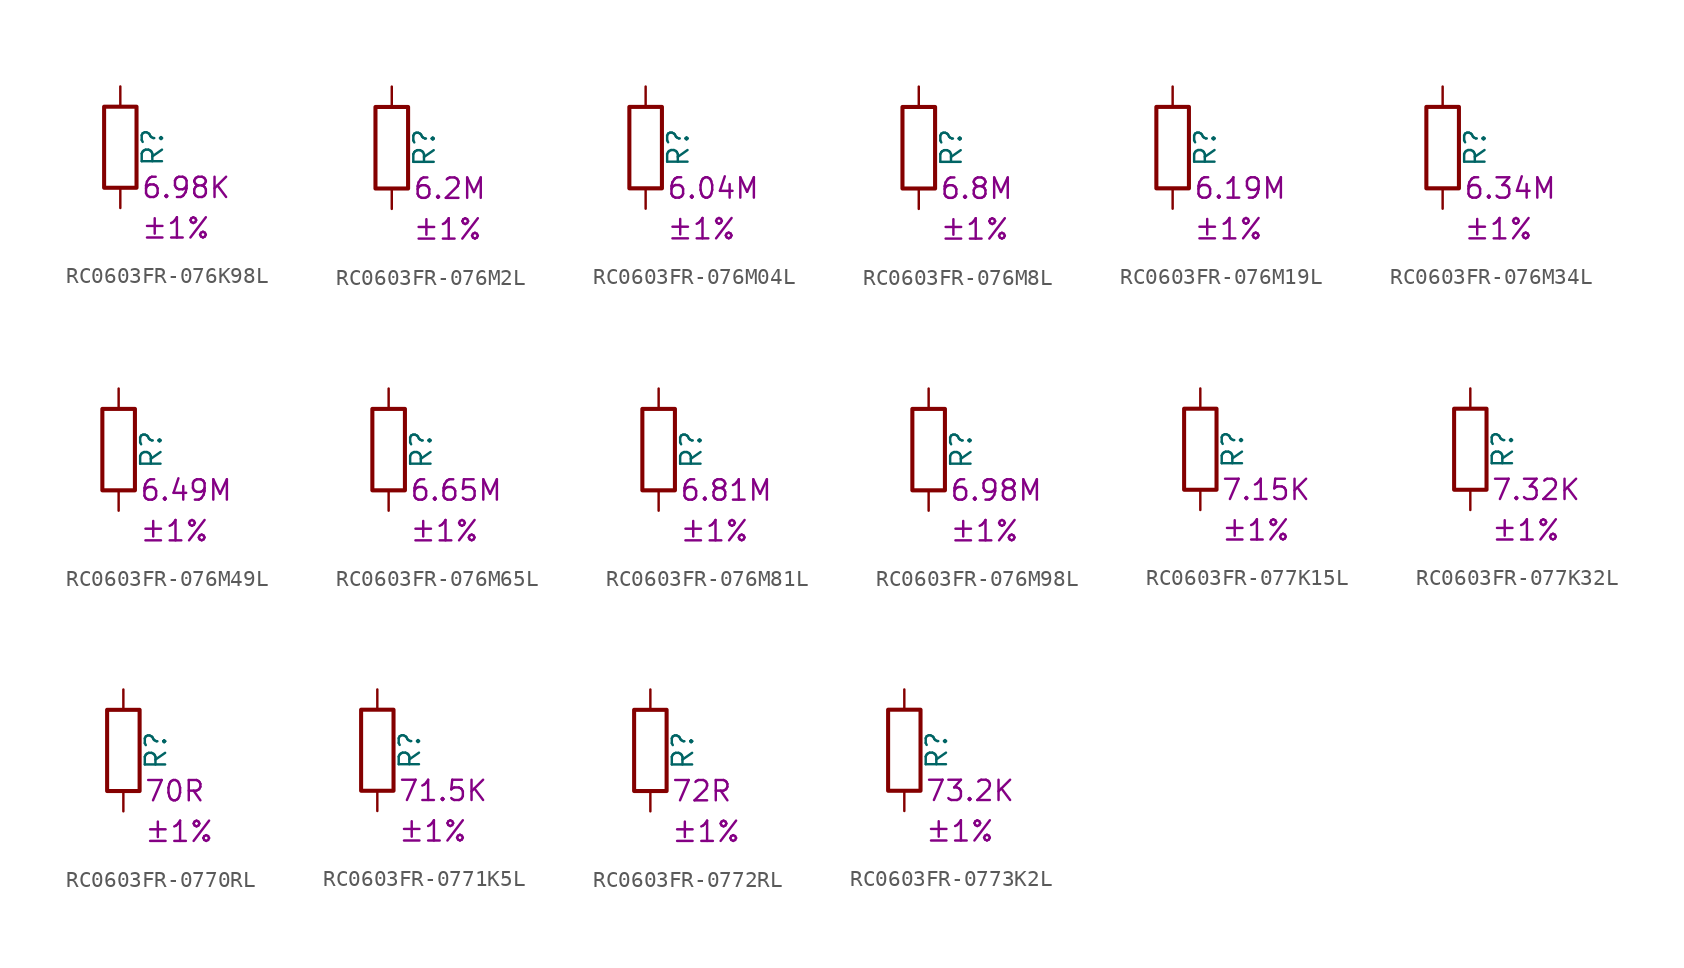
<source format=kicad_sym>
(kicad_symbol_lib
  (version 20220914)
  (generator kicad_symbol_editor)
  (symbol "RC0603FR-076K98L"
    (pin_numbers hide)
    (pin_names
      (offset 0))
    (property "Reference" "R"
      (at 2.032 0 90)
      (effects (font (size 1.27 1.27))))
    (property "Resistance" "6.98K"
      (at 1.27 -2.54 0)
      (effects (font (size 1.27 1.27)) (justify left)))
    (property "Tolerance" "±1%"
      (at 1.27 -5.08 0)
      (effects (font (size 1.27 1.27)) (justify left)))
    (symbol "RC0603FR-076K98L_0_1"
      (rectangle (start -1.016 -2.54) (end 1.016 2.54) (stroke (width 0.254) (type default)) (fill (type none))))
    (symbol "RC0603FR-076K98L_1_1"
      (pin passive line (at 0 3.81 270) (length 1.27) (name "~" (effects (font (size 1.27 1.27)))) (number "1" (effects (font (size 1.27 1.27)))))
      (pin passive line (at 0 -3.81 90) (length 1.27) (name "~" (effects (font (size 1.27 1.27)))) (number "2" (effects (font (size 1.27 1.27)))))))
  (symbol "RC0603FR-076M2L"
    (pin_numbers hide)
    (pin_names
      (offset 0))
    (property "Reference" "R"
      (at 2.032 0 90)
      (effects (font (size 1.27 1.27))))
    (property "Resistance" "6.2M"
      (at 1.27 -2.54 0)
      (effects (font (size 1.27 1.27)) (justify left)))
    (property "Tolerance" "±1%"
      (at 1.27 -5.08 0)
      (effects (font (size 1.27 1.27)) (justify left)))
    (symbol "RC0603FR-076M2L_0_1"
      (rectangle (start -1.016 -2.54) (end 1.016 2.54) (stroke (width 0.254) (type default)) (fill (type none))))
    (symbol "RC0603FR-076M2L_1_1"
      (pin passive line (at 0 3.81 270) (length 1.27) (name "~" (effects (font (size 1.27 1.27)))) (number "1" (effects (font (size 1.27 1.27)))))
      (pin passive line (at 0 -3.81 90) (length 1.27) (name "~" (effects (font (size 1.27 1.27)))) (number "2" (effects (font (size 1.27 1.27)))))))
  (symbol "RC0603FR-076M04L"
    (pin_numbers hide)
    (pin_names
      (offset 0))
    (property "Reference" "R"
      (at 2.032 0 90)
      (effects (font (size 1.27 1.27))))
    (property "Resistance" "6.04M"
      (at 1.27 -2.54 0)
      (effects (font (size 1.27 1.27)) (justify left)))
    (property "Tolerance" "±1%"
      (at 1.27 -5.08 0)
      (effects (font (size 1.27 1.27)) (justify left)))
    (symbol "RC0603FR-076M04L_0_1"
      (rectangle (start -1.016 -2.54) (end 1.016 2.54) (stroke (width 0.254) (type default)) (fill (type none))))
    (symbol "RC0603FR-076M04L_1_1"
      (pin passive line (at 0 3.81 270) (length 1.27) (name "~" (effects (font (size 1.27 1.27)))) (number "1" (effects (font (size 1.27 1.27)))))
      (pin passive line (at 0 -3.81 90) (length 1.27) (name "~" (effects (font (size 1.27 1.27)))) (number "2" (effects (font (size 1.27 1.27)))))))
  (symbol "RC0603FR-076M8L"
    (pin_numbers hide)
    (pin_names
      (offset 0))
    (property "Reference" "R"
      (at 2.032 0 90)
      (effects (font (size 1.27 1.27))))
    (property "Resistance" "6.8M"
      (at 1.27 -2.54 0)
      (effects (font (size 1.27 1.27)) (justify left)))
    (property "Tolerance" "±1%"
      (at 1.27 -5.08 0)
      (effects (font (size 1.27 1.27)) (justify left)))
    (symbol "RC0603FR-076M8L_0_1"
      (rectangle (start -1.016 -2.54) (end 1.016 2.54) (stroke (width 0.254) (type default)) (fill (type none))))
    (symbol "RC0603FR-076M8L_1_1"
      (pin passive line (at 0 3.81 270) (length 1.27) (name "~" (effects (font (size 1.27 1.27)))) (number "1" (effects (font (size 1.27 1.27)))))
      (pin passive line (at 0 -3.81 90) (length 1.27) (name "~" (effects (font (size 1.27 1.27)))) (number "2" (effects (font (size 1.27 1.27)))))))
  (symbol "RC0603FR-076M19L"
    (pin_numbers hide)
    (pin_names
      (offset 0))
    (property "Reference" "R"
      (at 2.032 0 90)
      (effects (font (size 1.27 1.27))))
    (property "Resistance" "6.19M"
      (at 1.27 -2.54 0)
      (effects (font (size 1.27 1.27)) (justify left)))
    (property "Tolerance" "±1%"
      (at 1.27 -5.08 0)
      (effects (font (size 1.27 1.27)) (justify left)))
    (symbol "RC0603FR-076M19L_0_1"
      (rectangle (start -1.016 -2.54) (end 1.016 2.54) (stroke (width 0.254) (type default)) (fill (type none))))
    (symbol "RC0603FR-076M19L_1_1"
      (pin passive line (at 0 3.81 270) (length 1.27) (name "~" (effects (font (size 1.27 1.27)))) (number "1" (effects (font (size 1.27 1.27)))))
      (pin passive line (at 0 -3.81 90) (length 1.27) (name "~" (effects (font (size 1.27 1.27)))) (number "2" (effects (font (size 1.27 1.27)))))))
  (symbol "RC0603FR-076M34L"
    (pin_numbers hide)
    (pin_names
      (offset 0))
    (property "Reference" "R"
      (at 2.032 0 90)
      (effects (font (size 1.27 1.27))))
    (property "Resistance" "6.34M"
      (at 1.27 -2.54 0)
      (effects (font (size 1.27 1.27)) (justify left)))
    (property "Tolerance" "±1%"
      (at 1.27 -5.08 0)
      (effects (font (size 1.27 1.27)) (justify left)))
    (symbol "RC0603FR-076M34L_0_1"
      (rectangle (start -1.016 -2.54) (end 1.016 2.54) (stroke (width 0.254) (type default)) (fill (type none))))
    (symbol "RC0603FR-076M34L_1_1"
      (pin passive line (at 0 3.81 270) (length 1.27) (name "~" (effects (font (size 1.27 1.27)))) (number "1" (effects (font (size 1.27 1.27)))))
      (pin passive line (at 0 -3.81 90) (length 1.27) (name "~" (effects (font (size 1.27 1.27)))) (number "2" (effects (font (size 1.27 1.27)))))))
  (symbol "RC0603FR-076M49L"
    (pin_numbers hide)
    (pin_names
      (offset 0))
    (property "Reference" "R"
      (at 2.032 0 90)
      (effects (font (size 1.27 1.27))))
    (property "Resistance" "6.49M"
      (at 1.27 -2.54 0)
      (effects (font (size 1.27 1.27)) (justify left)))
    (property "Tolerance" "±1%"
      (at 1.27 -5.08 0)
      (effects (font (size 1.27 1.27)) (justify left)))
    (symbol "RC0603FR-076M49L_0_1"
      (rectangle (start -1.016 -2.54) (end 1.016 2.54) (stroke (width 0.254) (type default)) (fill (type none))))
    (symbol "RC0603FR-076M49L_1_1"
      (pin passive line (at 0 3.81 270) (length 1.27) (name "~" (effects (font (size 1.27 1.27)))) (number "1" (effects (font (size 1.27 1.27)))))
      (pin passive line (at 0 -3.81 90) (length 1.27) (name "~" (effects (font (size 1.27 1.27)))) (number "2" (effects (font (size 1.27 1.27)))))))
  (symbol "RC0603FR-076M65L"
    (pin_numbers hide)
    (pin_names
      (offset 0))
    (property "Reference" "R"
      (at 2.032 0 90)
      (effects (font (size 1.27 1.27))))
    (property "Resistance" "6.65M"
      (at 1.27 -2.54 0)
      (effects (font (size 1.27 1.27)) (justify left)))
    (property "Tolerance" "±1%"
      (at 1.27 -5.08 0)
      (effects (font (size 1.27 1.27)) (justify left)))
    (symbol "RC0603FR-076M65L_0_1"
      (rectangle (start -1.016 -2.54) (end 1.016 2.54) (stroke (width 0.254) (type default)) (fill (type none))))
    (symbol "RC0603FR-076M65L_1_1"
      (pin passive line (at 0 3.81 270) (length 1.27) (name "~" (effects (font (size 1.27 1.27)))) (number "1" (effects (font (size 1.27 1.27)))))
      (pin passive line (at 0 -3.81 90) (length 1.27) (name "~" (effects (font (size 1.27 1.27)))) (number "2" (effects (font (size 1.27 1.27)))))))
  (symbol "RC0603FR-076M81L"
    (pin_numbers hide)
    (pin_names
      (offset 0))
    (property "Reference" "R"
      (at 2.032 0 90)
      (effects (font (size 1.27 1.27))))
    (property "Resistance" "6.81M"
      (at 1.27 -2.54 0)
      (effects (font (size 1.27 1.27)) (justify left)))
    (property "Tolerance" "±1%"
      (at 1.27 -5.08 0)
      (effects (font (size 1.27 1.27)) (justify left)))
    (symbol "RC0603FR-076M81L_0_1"
      (rectangle (start -1.016 -2.54) (end 1.016 2.54) (stroke (width 0.254) (type default)) (fill (type none))))
    (symbol "RC0603FR-076M81L_1_1"
      (pin passive line (at 0 3.81 270) (length 1.27) (name "~" (effects (font (size 1.27 1.27)))) (number "1" (effects (font (size 1.27 1.27)))))
      (pin passive line (at 0 -3.81 90) (length 1.27) (name "~" (effects (font (size 1.27 1.27)))) (number "2" (effects (font (size 1.27 1.27)))))))
  (symbol "RC0603FR-076M98L"
    (pin_numbers hide)
    (pin_names
      (offset 0))
    (property "Reference" "R"
      (at 2.032 0 90)
      (effects (font (size 1.27 1.27))))
    (property "Resistance" "6.98M"
      (at 1.27 -2.54 0)
      (effects (font (size 1.27 1.27)) (justify left)))
    (property "Tolerance" "±1%"
      (at 1.27 -5.08 0)
      (effects (font (size 1.27 1.27)) (justify left)))
    (symbol "RC0603FR-076M98L_0_1"
      (rectangle (start -1.016 -2.54) (end 1.016 2.54) (stroke (width 0.254) (type default)) (fill (type none))))
    (symbol "RC0603FR-076M98L_1_1"
      (pin passive line (at 0 3.81 270) (length 1.27) (name "~" (effects (font (size 1.27 1.27)))) (number "1" (effects (font (size 1.27 1.27)))))
      (pin passive line (at 0 -3.81 90) (length 1.27) (name "~" (effects (font (size 1.27 1.27)))) (number "2" (effects (font (size 1.27 1.27)))))))
  (symbol "RC0603FR-077K15L"
    (pin_numbers hide)
    (pin_names
      (offset 0))
    (property "Reference" "R"
      (at 2.032 0 90)
      (effects (font (size 1.27 1.27))))
    (property "Resistance" "7.15K"
      (at 1.27 -2.54 0)
      (effects (font (size 1.27 1.27)) (justify left)))
    (property "Tolerance" "±1%"
      (at 1.27 -5.08 0)
      (effects (font (size 1.27 1.27)) (justify left)))
    (symbol "RC0603FR-077K15L_0_1"
      (rectangle (start -1.016 -2.54) (end 1.016 2.54) (stroke (width 0.254) (type default)) (fill (type none))))
    (symbol "RC0603FR-077K15L_1_1"
      (pin passive line (at 0 3.81 270) (length 1.27) (name "~" (effects (font (size 1.27 1.27)))) (number "1" (effects (font (size 1.27 1.27)))))
      (pin passive line (at 0 -3.81 90) (length 1.27) (name "~" (effects (font (size 1.27 1.27)))) (number "2" (effects (font (size 1.27 1.27)))))))
  (symbol "RC0603FR-077K32L"
    (pin_numbers hide)
    (pin_names
      (offset 0))
    (property "Reference" "R"
      (at 2.032 0 90)
      (effects (font (size 1.27 1.27))))
    (property "Resistance" "7.32K"
      (at 1.27 -2.54 0)
      (effects (font (size 1.27 1.27)) (justify left)))
    (property "Tolerance" "±1%"
      (at 1.27 -5.08 0)
      (effects (font (size 1.27 1.27)) (justify left)))
    (symbol "RC0603FR-077K32L_0_1"
      (rectangle (start -1.016 -2.54) (end 1.016 2.54) (stroke (width 0.254) (type default)) (fill (type none))))
    (symbol "RC0603FR-077K32L_1_1"
      (pin passive line (at 0 3.81 270) (length 1.27) (name "~" (effects (font (size 1.27 1.27)))) (number "1" (effects (font (size 1.27 1.27)))))
      (pin passive line (at 0 -3.81 90) (length 1.27) (name "~" (effects (font (size 1.27 1.27)))) (number "2" (effects (font (size 1.27 1.27)))))))
  (symbol "RC0603FR-0770RL"
    (pin_numbers hide)
    (pin_names
      (offset 0))
    (property "Reference" "R"
      (at 2.032 0 90)
      (effects (font (size 1.27 1.27))))
    (property "Resistance" "70R"
      (at 1.27 -2.54 0)
      (effects (font (size 1.27 1.27)) (justify left)))
    (property "Tolerance" "±1%"
      (at 1.27 -5.08 0)
      (effects (font (size 1.27 1.27)) (justify left)))
    (symbol "RC0603FR-0770RL_0_1"
      (rectangle (start -1.016 -2.54) (end 1.016 2.54) (stroke (width 0.254) (type default)) (fill (type none))))
    (symbol "RC0603FR-0770RL_1_1"
      (pin passive line (at 0 3.81 270) (length 1.27) (name "~" (effects (font (size 1.27 1.27)))) (number "1" (effects (font (size 1.27 1.27)))))
      (pin passive line (at 0 -3.81 90) (length 1.27) (name "~" (effects (font (size 1.27 1.27)))) (number "2" (effects (font (size 1.27 1.27)))))))
  (symbol "RC0603FR-0771K5L"
    (pin_numbers hide)
    (pin_names
      (offset 0))
    (property "Reference" "R"
      (at 2.032 0 90)
      (effects (font (size 1.27 1.27))))
    (property "Resistance" "71.5K"
      (at 1.27 -2.54 0)
      (effects (font (size 1.27 1.27)) (justify left)))
    (property "Tolerance" "±1%"
      (at 1.27 -5.08 0)
      (effects (font (size 1.27 1.27)) (justify left)))
    (symbol "RC0603FR-0771K5L_0_1"
      (rectangle (start -1.016 -2.54) (end 1.016 2.54) (stroke (width 0.254) (type default)) (fill (type none))))
    (symbol "RC0603FR-0771K5L_1_1"
      (pin passive line (at 0 3.81 270) (length 1.27) (name "~" (effects (font (size 1.27 1.27)))) (number "1" (effects (font (size 1.27 1.27)))))
      (pin passive line (at 0 -3.81 90) (length 1.27) (name "~" (effects (font (size 1.27 1.27)))) (number "2" (effects (font (size 1.27 1.27)))))))
  (symbol "RC0603FR-0772RL"
    (pin_numbers hide)
    (pin_names
      (offset 0))
    (property "Reference" "R"
      (at 2.032 0 90)
      (effects (font (size 1.27 1.27))))
    (property "Resistance" "72R"
      (at 1.27 -2.54 0)
      (effects (font (size 1.27 1.27)) (justify left)))
    (property "Tolerance" "±1%"
      (at 1.27 -5.08 0)
      (effects (font (size 1.27 1.27)) (justify left)))
    (symbol "RC0603FR-0772RL_0_1"
      (rectangle (start -1.016 -2.54) (end 1.016 2.54) (stroke (width 0.254) (type default)) (fill (type none))))
    (symbol "RC0603FR-0772RL_1_1"
      (pin passive line (at 0 3.81 270) (length 1.27) (name "~" (effects (font (size 1.27 1.27)))) (number "1" (effects (font (size 1.27 1.27)))))
      (pin passive line (at 0 -3.81 90) (length 1.27) (name "~" (effects (font (size 1.27 1.27)))) (number "2" (effects (font (size 1.27 1.27)))))))
  (symbol "RC0603FR-0773K2L"
    (pin_numbers hide)
    (pin_names
      (offset 0))
    (property "Reference" "R"
      (at 2.032 0 90)
      (effects (font (size 1.27 1.27))))
    (property "Resistance" "73.2K"
      (at 1.27 -2.54 0)
      (effects (font (size 1.27 1.27)) (justify left)))
    (property "Tolerance" "±1%"
      (at 1.27 -5.08 0)
      (effects (font (size 1.27 1.27)) (justify left)))
    (symbol "RC0603FR-0773K2L_0_1"
      (rectangle (start -1.016 -2.54) (end 1.016 2.54) (stroke (width 0.254) (type default)) (fill (type none))))
    (symbol "RC0603FR-0773K2L_1_1"
      (pin passive line (at 0 3.81 270) (length 1.27) (name "~" (effects (font (size 1.27 1.27)))) (number "1" (effects (font (size 1.27 1.27)))))
      (pin passive line (at 0 -3.81 90) (length 1.27) (name "~" (effects (font (size 1.27 1.27)))) (number "2" (effects (font (size 1.27 1.27))))))))
</source>
